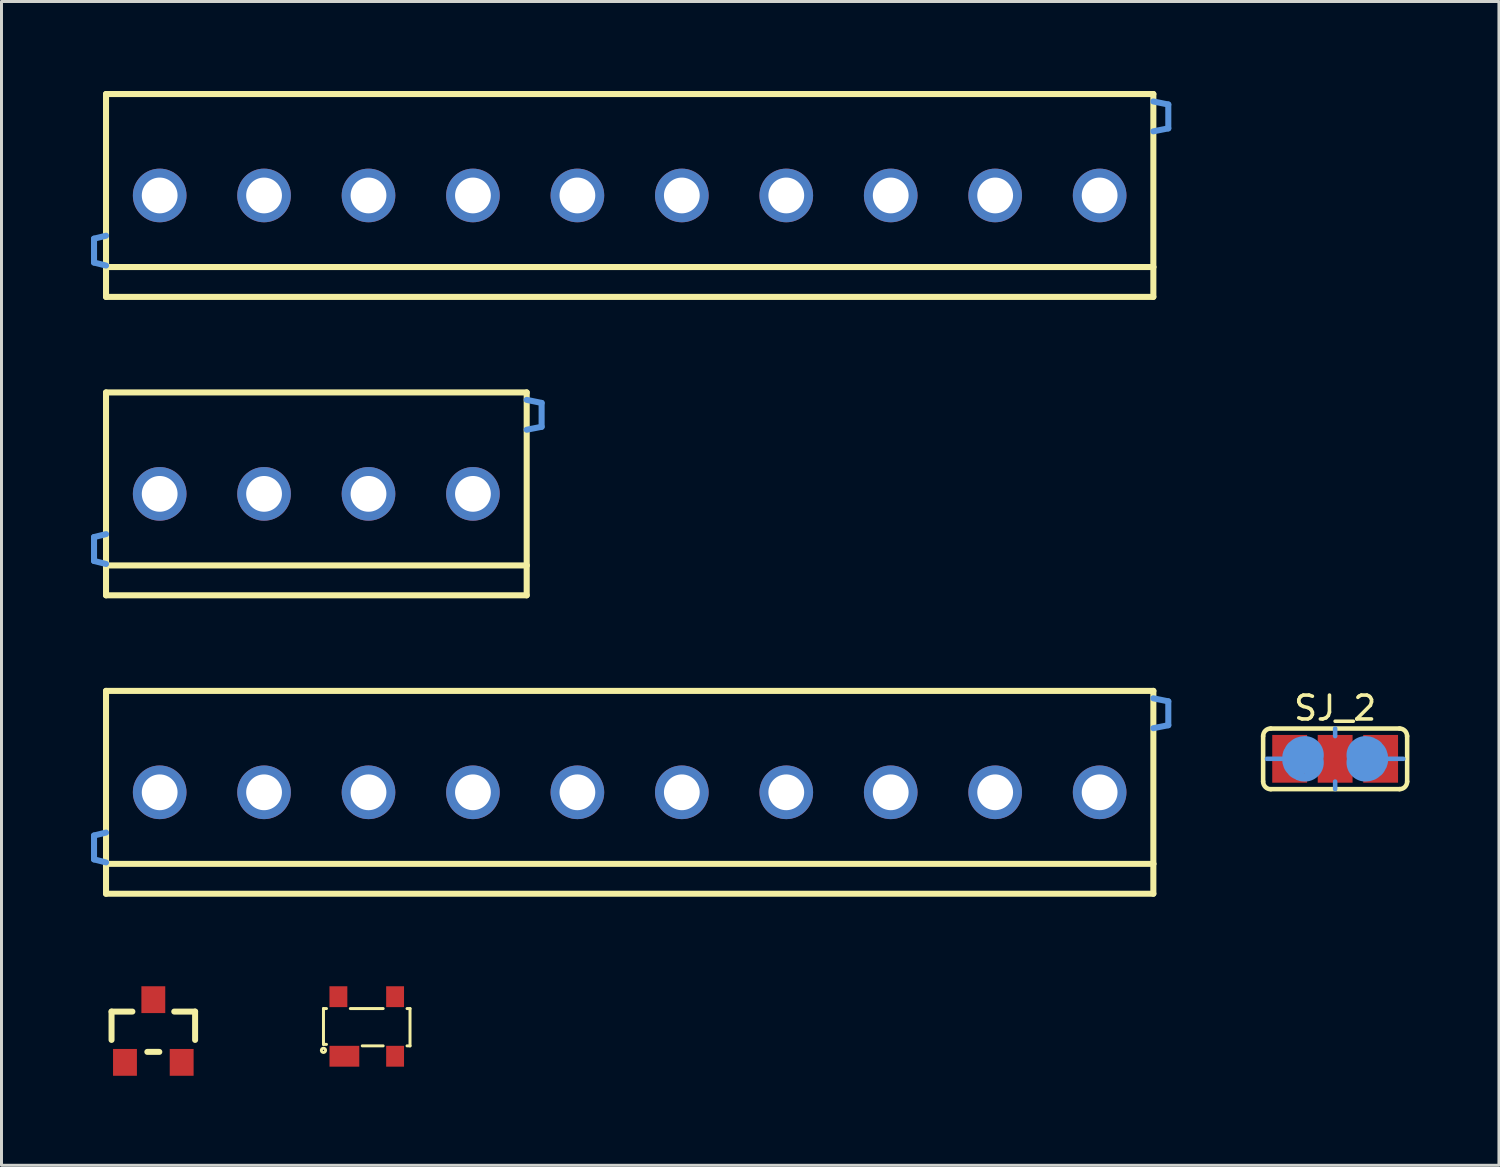
<source format=kicad_pcb>
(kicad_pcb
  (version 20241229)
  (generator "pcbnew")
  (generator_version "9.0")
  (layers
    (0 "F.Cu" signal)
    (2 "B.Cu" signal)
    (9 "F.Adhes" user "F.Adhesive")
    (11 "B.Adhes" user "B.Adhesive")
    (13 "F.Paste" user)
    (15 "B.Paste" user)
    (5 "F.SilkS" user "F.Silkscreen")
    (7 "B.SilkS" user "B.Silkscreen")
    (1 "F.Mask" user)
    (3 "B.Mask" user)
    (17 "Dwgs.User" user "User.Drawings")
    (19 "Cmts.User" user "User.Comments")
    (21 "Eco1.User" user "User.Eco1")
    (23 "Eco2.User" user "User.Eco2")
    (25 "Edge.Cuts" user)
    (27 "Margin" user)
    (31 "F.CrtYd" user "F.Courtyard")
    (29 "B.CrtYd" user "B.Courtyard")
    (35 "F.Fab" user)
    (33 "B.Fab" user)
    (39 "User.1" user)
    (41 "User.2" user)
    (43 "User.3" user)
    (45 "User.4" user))
  (footprint "SCREWTERMINAL_3.5MM_5"
    (layer "F.Cu")
    (at 2.301 13.5)
    (property "Reference" "SCREWTERMINAL_3.5MM_5" (at 5 -2.05 0) (layer "Eco1.User") (effects (font (size 0.6 0.6) (thickness 0.1))))
    (attr through_hole)
    (fp_line (start -1.798 -3.399) (end 12.299 -3.399) (stroke (width 0.203) (type solid)) (layer "F.SilkS"))
    (fp_line (start -1.798 2.398) (end -1.798 -3.399) (stroke (width 0.203) (type solid)) (layer "F.SilkS"))
    (fp_line (start -1.798 3.399) (end -1.798 2.398) (stroke (width 0.203) (type solid)) (layer "F.SilkS"))
    (fp_line (start 12.299 -3.399) (end 12.299 2.398) (stroke (width 0.203) (type solid)) (layer "F.SilkS"))
    (fp_line (start 12.299 2.398) (end -1.798 2.398) (stroke (width 0.203) (type solid)) (layer "F.SilkS"))
    (fp_line (start 12.299 2.398) (end 12.299 3.399) (stroke (width 0.203) (type solid)) (layer "F.SilkS"))
    (fp_line (start 12.299 3.399) (end -1.798 3.399) (stroke (width 0.203) (type solid)) (layer "F.SilkS"))
    (fp_line (start -2.2 1.448) (end -2.2 2.248) (stroke (width 0.203) (type solid)) (layer "Cmts.User"))
    (fp_line (start -2.2 2.248) (end -1.798 2.349) (stroke (width 0.203) (type solid)) (layer "Cmts.User"))
    (fp_line (start -1.798 1.349) (end -2.2 1.448) (stroke (width 0.203) (type solid)) (layer "Cmts.User"))
    (fp_line (start 12.299 -3.15) (end 12.799 -3.048) (stroke (width 0.203) (type solid)) (layer "Cmts.User"))
    (fp_line (start 12.799 -3.048) (end 12.799 -2.248) (stroke (width 0.203) (type solid)) (layer "Cmts.User"))
    (fp_line (start 12.799 -2.248) (end 12.299 -2.149) (stroke (width 0.203) (type solid)) (layer "Cmts.User"))
    (pad "1" thru_hole oval (at 0 0) (size 1.798 1.798) (drill 1.199) (layers "*.Cu" "*.Mask"))
    (pad "2" thru_hole oval (at 3.498 0) (size 1.798 1.798) (drill 1.199) (layers "*.Cu" "*.Mask"))
    (pad "3" thru_hole oval (at 6.998 0) (size 1.798 1.798) (drill 1.199) (layers "*.Cu" "*.Mask"))
    (pad "4" thru_hole oval (at 10.498 0) (size 1.798 1.798) (drill 1.199) (layers "*.Cu" "*.Mask")))
  (footprint "SJ_2"
    (layer "F.Cu")
    (at 41.692 22.379)
    (property "Reference" "SJ_2" (at 0 -1.7 0) (layer "F.SilkS") (effects (font (size 0.8 0.8) (thickness 0.12))))
    (attr through_hole)
    (fp_line (start -2.413 0.762) (end -2.413 -0.762) (stroke (width 0.152) (type solid)) (layer "F.SilkS"))
    (fp_line (start -2.159 -1.016) (end 2.159 -1.016) (stroke (width 0.152) (type solid)) (layer "F.SilkS"))
    (fp_line (start 2.159 1.016) (end -2.159 1.016) (stroke (width 0.152) (type solid)) (layer "F.SilkS"))
    (fp_line (start 2.413 0.762) (end 2.413 -0.762) (stroke (width 0.152) (type solid)) (layer "F.SilkS"))
    (fp_arc (start -2.413 -0.762) (mid -2.338605 -0.941605) (end -2.159 -1.016) (stroke (width 0.1524) (type solid)) (layer "F.SilkS"))
    (fp_arc (start -2.15646 1.01854) (mid -2.337861 0.943401) (end -2.413 0.762) (stroke (width 0.1524) (type solid)) (layer "F.SilkS"))
    (fp_arc (start 2.159 -1.016) (mid 2.337861 -0.939809) (end 2.41046 -0.75946) (stroke (width 0.1524) (type solid)) (layer "F.SilkS"))
    (fp_arc (start 2.413 0.762) (mid 2.338605 0.941605) (end 2.159 1.016) (stroke (width 0.1524) (type solid)) (layer "F.SilkS"))
    (fp_line (start -1.778 0) (end -2.286 0) (stroke (width 0.152) (type solid)) (layer "Cmts.User"))
    (fp_line (start 0 -0.762) (end 0 -1.016) (stroke (width 0.152) (type solid)) (layer "Cmts.User"))
    (fp_line (start 0 1.016) (end 0 0.762) (stroke (width 0.152) (type solid)) (layer "Cmts.User"))
    (fp_line (start 1.778 0) (end 2.286 0) (stroke (width 0.152) (type solid)) (layer "Cmts.User"))
    (fp_arc (start -1.016 0.127) (mid -1.143 0) (end -1.016 -0.127) (stroke (width 1.27) (type solid)) (layer "Cmts.User"))
    (fp_arc (start 1.016 -0.127) (mid 1.143 0) (end 1.016 0.127) (stroke (width 1.27) (type solid)) (layer "Cmts.User"))
    (pad "1" smd rect (at -1.524 0) (size 1.168 1.6) (layers "F.Cu" "F.Mask"))
    (pad "2" smd rect (at 0 0) (size 1.168 1.6) (layers "F.Cu" "F.Mask"))
    (pad "3" smd rect (at 1.524 0) (size 1.168 1.6) (layers "F.Cu" "F.Mask")))
  (footprint "SOT23_FET"
    (layer "F.Cu")
    (at 2.088 31.55)
    (property "Reference" "SOT23_FET" (at 0 -0.05 0) (layer "Eco1.User") (effects (font (size 0.5 0.5) (thickness 0.1))))
    (attr smd)
    (fp_line (start -1.4 -0.701) (end -1.4 0.249) (stroke (width 0.201) (type solid)) (layer "F.SilkS"))
    (fp_line (start -1.4 -0.701) (end -0.701 -0.701) (stroke (width 0.201) (type solid)) (layer "F.SilkS"))
    (fp_line (start -0.201 0.65) (end 0.201 0.65) (stroke (width 0.201) (type solid)) (layer "F.SilkS"))
    (fp_line (start 1.4 -0.701) (end 0.701 -0.701) (stroke (width 0.201) (type solid)) (layer "F.SilkS"))
    (fp_line (start 1.4 -0.701) (end 1.4 0.249) (stroke (width 0.201) (type solid)) (layer "F.SilkS"))
    (pad "D" smd rect (at 0 -1.1) (size 0.8 0.899) (layers "F.Cu" "F.Mask" "F.Paste"))
    (pad "G" smd rect (at -0.95 1.001) (size 0.8 0.899) (layers "F.Cu" "F.Mask" "F.Paste"))
    (pad "S" smd rect (at 0.95 1.001) (size 0.8 0.899) (layers "F.Cu" "F.Mask" "F.Paste")))
  (footprint "SOT143-R"
    (layer "F.Cu")
    (at 9.24 31.348)
    (property "Reference" "SOT143-R" (at 0 0 0) (layer "Eco1.User") (effects (font (size 0.5 0.5) (thickness 0.1))))
    (attr through_hole)
    (fp_line (start -1.45 -0.6) (end -1.45 0.6) (stroke (width 0.1) (type solid)) (layer "F.SilkS"))
    (fp_line (start -1.45 0.6) (end -1.35 0.6) (stroke (width 0.1) (type solid)) (layer "F.SilkS"))
    (fp_line (start -1.35 -0.6) (end -1.45 -0.6) (stroke (width 0.1) (type solid)) (layer "F.SilkS"))
    (fp_line (start -0.55 -0.6) (end 0.55 -0.6) (stroke (width 0.1) (type solid)) (layer "F.SilkS"))
    (fp_line (start -0.15 0.65) (end 0.55 0.65) (stroke (width 0.1) (type solid)) (layer "F.SilkS"))
    (fp_line (start 1.35 -0.6) (end 1.45 -0.6) (stroke (width 0.1) (type solid)) (layer "F.SilkS"))
    (fp_line (start 1.45 -0.6) (end 1.45 0.65) (stroke (width 0.1) (type solid)) (layer "F.SilkS"))
    (fp_line (start 1.45 0.65) (end 1.35 0.65) (stroke (width 0.1) (type solid)) (layer "F.SilkS"))
    (fp_circle (center -1.45 0.8) (end -1.5 0.75) (stroke (width 0.1) (type solid)) (fill no) (layer "F.SilkS"))
    (pad "1" smd rect (at -0.749 0.998) (size 0.998 0.699) (layers "F.Cu" "F.Mask" "F.Paste"))
    (pad "2" smd rect (at 0.95 0.998) (size 0.599 0.699) (layers "F.Cu" "F.Mask" "F.Paste"))
    (pad "3" smd rect (at 0.95 -0.998) (size 0.599 0.699) (layers "F.Cu" "F.Mask" "F.Paste"))
    (pad "4" smd rect (at -0.95 -0.998) (size 0.599 0.699) (layers "F.Cu" "F.Mask" "F.Paste")))
  (footprint "SCREWTERMINAL-3.5MM-10"
    (layer "F.Cu")
    (at 2.301 3.5)
    (property "Reference" "SCREWTERMINAL-3.5MM-10" (at 15.75 -2 0) (layer "Eco1.User") (effects (font (size 0.6 0.6) (thickness 0.1))))
    (attr through_hole)
    (fp_line (start -1.798 -3.399) (end 33.299 -3.399) (stroke (width 0.203) (type solid)) (layer "F.SilkS"))
    (fp_line (start -1.798 2.398) (end -1.798 -3.399) (stroke (width 0.203) (type solid)) (layer "F.SilkS"))
    (fp_line (start -1.798 3.399) (end -1.798 2.398) (stroke (width 0.203) (type solid)) (layer "F.SilkS"))
    (fp_line (start 33.299 -3.399) (end 33.299 2.398) (stroke (width 0.203) (type solid)) (layer "F.SilkS"))
    (fp_line (start 33.299 2.398) (end -1.798 2.398) (stroke (width 0.203) (type solid)) (layer "F.SilkS"))
    (fp_line (start 33.299 2.398) (end 33.299 3.399) (stroke (width 0.203) (type solid)) (layer "F.SilkS"))
    (fp_line (start 33.299 3.399) (end -1.798 3.399) (stroke (width 0.203) (type solid)) (layer "F.SilkS"))
    (fp_line (start -2.2 1.448) (end -2.2 2.248) (stroke (width 0.203) (type solid)) (layer "Cmts.User"))
    (fp_line (start -2.2 2.248) (end -1.798 2.349) (stroke (width 0.203) (type solid)) (layer "Cmts.User"))
    (fp_line (start -1.798 1.349) (end -2.2 1.448) (stroke (width 0.203) (type solid)) (layer "Cmts.User"))
    (fp_line (start 33.299 -3.15) (end 33.8 -3.048) (stroke (width 0.203) (type solid)) (layer "Cmts.User"))
    (fp_line (start 33.8 -3.048) (end 33.8 -2.248) (stroke (width 0.203) (type solid)) (layer "Cmts.User"))
    (fp_line (start 33.8 -2.248) (end 33.299 -2.149) (stroke (width 0.203) (type solid)) (layer "Cmts.User"))
    (pad "1" thru_hole oval (at 0 0) (size 1.798 1.798) (drill 1.199) (layers "*.Cu" "*.Mask"))
    (pad "2" thru_hole oval (at 3.498 0) (size 1.798 1.798) (drill 1.199) (layers "*.Cu" "*.Mask"))
    (pad "3" thru_hole oval (at 6.998 0) (size 1.798 1.798) (drill 1.199) (layers "*.Cu" "*.Mask"))
    (pad "4" thru_hole oval (at 10.498 0) (size 1.798 1.798) (drill 1.199) (layers "*.Cu" "*.Mask"))
    (pad "5" thru_hole oval (at 13.998 0) (size 1.798 1.798) (drill 1.199) (layers "*.Cu" "*.Mask"))
    (pad "6" thru_hole oval (at 17.498 0) (size 1.798 1.798) (drill 1.199) (layers "*.Cu" "*.Mask"))
    (pad "7" thru_hole oval (at 20.998 0) (size 1.798 1.798) (drill 1.199) (layers "*.Cu" "*.Mask"))
    (pad "8" thru_hole oval (at 24.498 0) (size 1.798 1.798) (drill 1.199) (layers "*.Cu" "*.Mask"))
    (pad "9" thru_hole oval (at 27.998 0) (size 1.798 1.798) (drill 1.199) (layers "*.Cu" "*.Mask"))
    (pad "10" thru_hole oval (at 31.499 0) (size 1.798 1.798) (drill 1.199) (layers "*.Cu" "*.Mask")))
  (footprint "SCREWTERMINAL_3.5MM_10"
    (layer "F.Cu")
    (at 2.301 23.501)
    (property "Reference" "SCREWTERMINAL_3.5MM_10" (at 15.75 -2 0) (layer "Eco1.User") (effects (font (size 0.6 0.6) (thickness 0.1))))
    (attr through_hole)
    (fp_line (start -1.798 -3.399) (end 33.299 -3.399) (stroke (width 0.203) (type solid)) (layer "F.SilkS"))
    (fp_line (start -1.798 2.398) (end -1.798 -3.399) (stroke (width 0.203) (type solid)) (layer "F.SilkS"))
    (fp_line (start -1.798 3.399) (end -1.798 2.398) (stroke (width 0.203) (type solid)) (layer "F.SilkS"))
    (fp_line (start 33.299 -3.399) (end 33.299 2.398) (stroke (width 0.203) (type solid)) (layer "F.SilkS"))
    (fp_line (start 33.299 2.398) (end -1.798 2.398) (stroke (width 0.203) (type solid)) (layer "F.SilkS"))
    (fp_line (start 33.299 2.398) (end 33.299 3.399) (stroke (width 0.203) (type solid)) (layer "F.SilkS"))
    (fp_line (start 33.299 3.399) (end -1.798 3.399) (stroke (width 0.203) (type solid)) (layer "F.SilkS"))
    (fp_line (start -2.2 1.448) (end -2.2 2.248) (stroke (width 0.203) (type solid)) (layer "Cmts.User"))
    (fp_line (start -2.2 2.248) (end -1.798 2.349) (stroke (width 0.203) (type solid)) (layer "Cmts.User"))
    (fp_line (start -1.798 1.349) (end -2.2 1.448) (stroke (width 0.203) (type solid)) (layer "Cmts.User"))
    (fp_line (start 33.299 -3.15) (end 33.8 -3.048) (stroke (width 0.203) (type solid)) (layer "Cmts.User"))
    (fp_line (start 33.8 -3.048) (end 33.8 -2.248) (stroke (width 0.203) (type solid)) (layer "Cmts.User"))
    (fp_line (start 33.8 -2.248) (end 33.299 -2.149) (stroke (width 0.203) (type solid)) (layer "Cmts.User"))
    (pad "1" thru_hole oval (at 0 0) (size 1.798 1.798) (drill 1.199) (layers "*.Cu" "*.Mask"))
    (pad "2" thru_hole oval (at 3.498 0) (size 1.798 1.798) (drill 1.199) (layers "*.Cu" "*.Mask"))
    (pad "3" thru_hole oval (at 6.998 0) (size 1.798 1.798) (drill 1.199) (layers "*.Cu" "*.Mask"))
    (pad "4" thru_hole oval (at 10.498 0) (size 1.798 1.798) (drill 1.199) (layers "*.Cu" "*.Mask"))
    (pad "5" thru_hole oval (at 13.998 0) (size 1.798 1.798) (drill 1.199) (layers "*.Cu" "*.Mask"))
    (pad "6" thru_hole oval (at 17.498 0) (size 1.798 1.798) (drill 1.199) (layers "*.Cu" "*.Mask"))
    (pad "7" thru_hole oval (at 20.998 0) (size 1.798 1.798) (drill 1.199) (layers "*.Cu" "*.Mask"))
    (pad "8" thru_hole oval (at 24.498 0) (size 1.798 1.798) (drill 1.199) (layers "*.Cu" "*.Mask"))
    (pad "9" thru_hole oval (at 27.998 0) (size 1.798 1.798) (drill 1.199) (layers "*.Cu" "*.Mask"))
    (pad "10" thru_hole oval (at 31.499 0) (size 1.798 1.798) (drill 1.199) (layers "*.Cu" "*.Mask")))
  (gr_rect
    (start -3 -3)
    (end 47.181 36)
    (stroke (width 0.1) (type default))
    (fill no)
    (layer "Edge.Cuts")))
</source>
